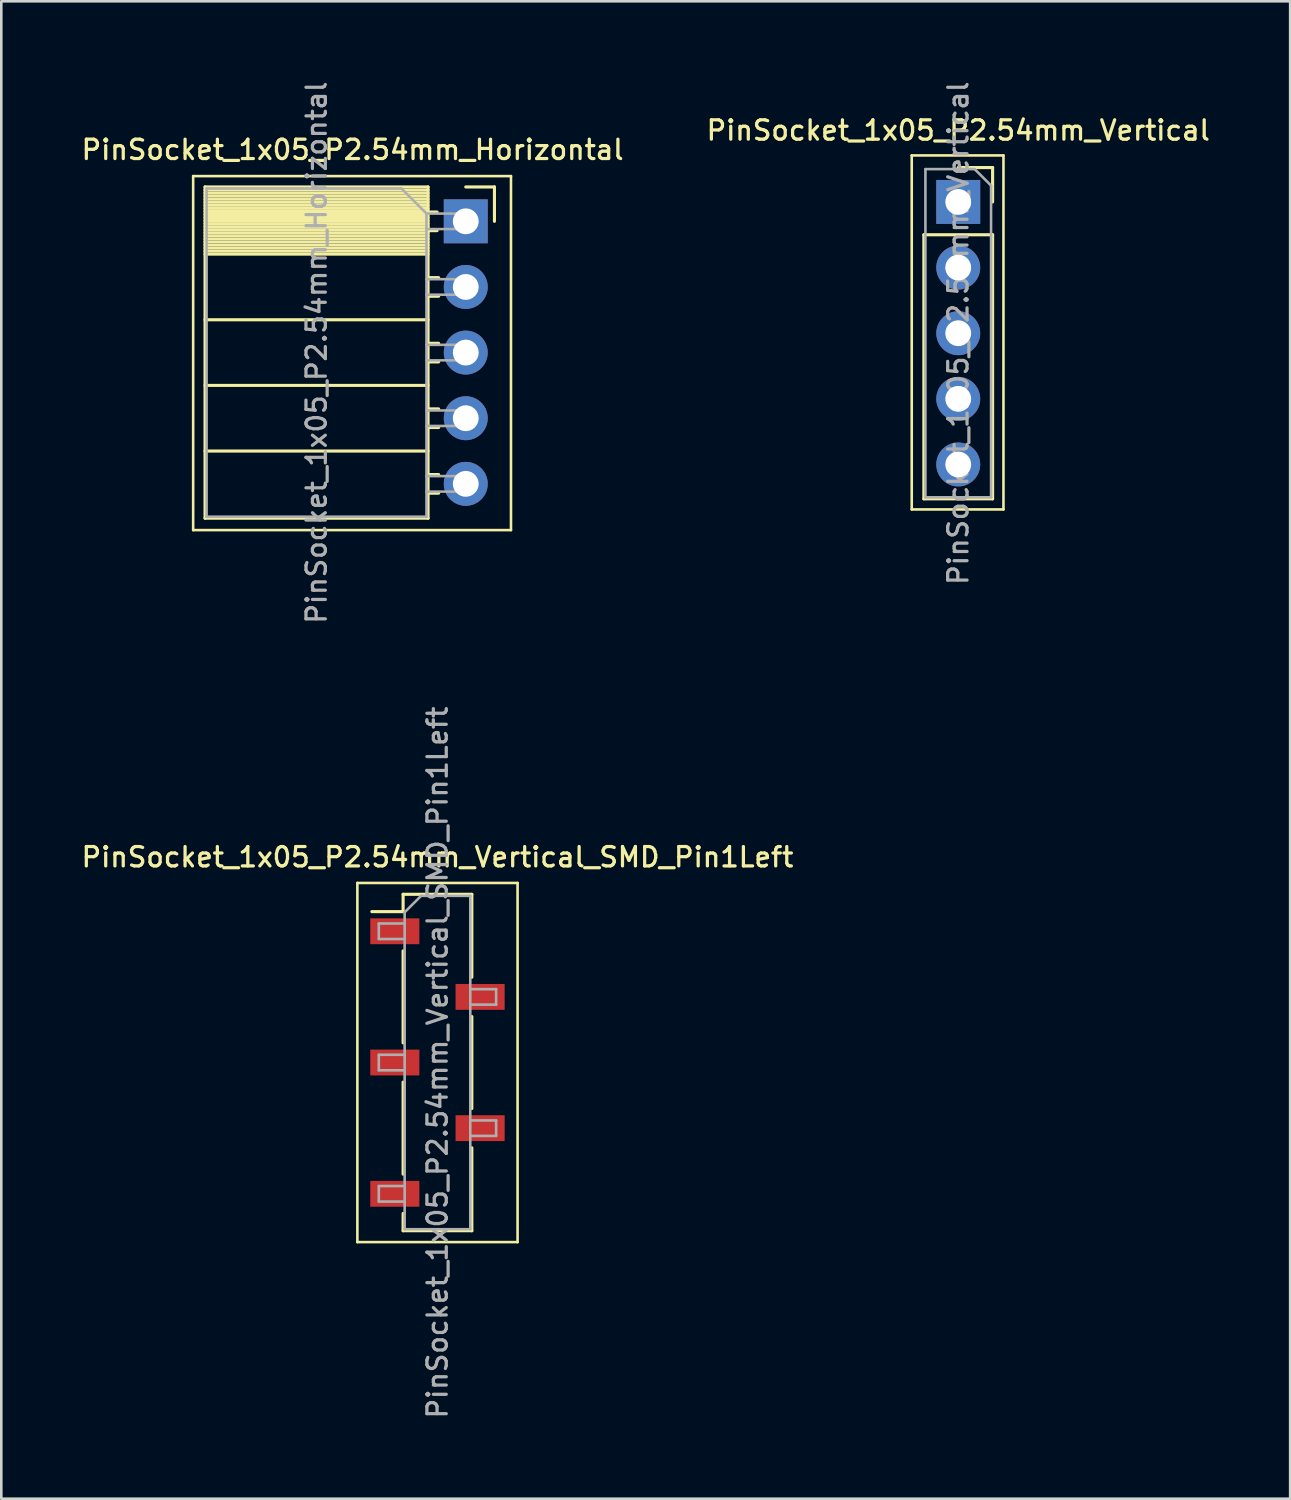
<source format=kicad_pcb>
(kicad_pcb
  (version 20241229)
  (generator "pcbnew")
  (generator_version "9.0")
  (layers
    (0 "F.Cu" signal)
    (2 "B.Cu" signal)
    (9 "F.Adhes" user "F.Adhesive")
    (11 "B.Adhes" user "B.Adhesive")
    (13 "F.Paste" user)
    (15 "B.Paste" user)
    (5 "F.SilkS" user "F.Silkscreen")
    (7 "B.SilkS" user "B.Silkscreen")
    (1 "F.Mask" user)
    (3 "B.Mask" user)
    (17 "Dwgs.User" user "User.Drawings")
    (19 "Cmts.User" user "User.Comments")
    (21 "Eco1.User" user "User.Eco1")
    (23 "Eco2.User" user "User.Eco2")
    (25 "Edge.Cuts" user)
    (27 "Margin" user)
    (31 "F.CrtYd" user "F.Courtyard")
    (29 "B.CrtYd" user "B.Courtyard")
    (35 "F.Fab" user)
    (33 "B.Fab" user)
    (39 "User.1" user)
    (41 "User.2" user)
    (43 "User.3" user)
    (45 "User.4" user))
  (footprint "PinSocket_1x05_P2.54mm_Vertical"
    (layer "F.Cu")
    (at 34.034 4.765)
    (property "Reference" "PinSocket_1x05_P2.54mm_Vertical" (at 0 -2.77 0) (layer "F.SilkS") (effects (font (size 0.75 0.75) (thickness 0.125))))
    (attr through_hole)
    (fp_line (start -1.8 -1.8) (end 1.75 -1.8) (stroke (width 0.1) (type solid)) (layer "F.SilkS"))
    (fp_line (start -1.8 11.9) (end -1.8 -1.8) (stroke (width 0.1) (type solid)) (layer "F.SilkS"))
    (fp_line (start -1.33 1.27) (end -1.33 11.49) (stroke (width 0.12) (type solid)) (layer "F.SilkS"))
    (fp_line (start -1.33 1.27) (end 1.33 1.27) (stroke (width 0.12) (type solid)) (layer "F.SilkS"))
    (fp_line (start -1.33 11.49) (end 1.33 11.49) (stroke (width 0.12) (type solid)) (layer "F.SilkS"))
    (fp_line (start 0 -1.33) (end 1.33 -1.33) (stroke (width 0.12) (type solid)) (layer "F.SilkS"))
    (fp_line (start 1.33 -1.33) (end 1.33 0) (stroke (width 0.12) (type solid)) (layer "F.SilkS"))
    (fp_line (start 1.33 1.27) (end 1.33 11.49) (stroke (width 0.12) (type solid)) (layer "F.SilkS"))
    (fp_line (start 1.75 -1.8) (end 1.75 11.9) (stroke (width 0.1) (type solid)) (layer "F.SilkS"))
    (fp_line (start 1.75 11.9) (end -1.8 11.9) (stroke (width 0.1) (type solid)) (layer "F.SilkS"))
    (fp_line (start -1.27 -1.27) (end 0.635 -1.27) (stroke (width 0.1) (type solid)) (layer "F.Fab"))
    (fp_line (start -1.27 11.43) (end -1.27 -1.27) (stroke (width 0.1) (type solid)) (layer "F.Fab"))
    (fp_line (start 0.635 -1.27) (end 1.27 -0.635) (stroke (width 0.1) (type solid)) (layer "F.Fab"))
    (fp_line (start 1.27 -0.635) (end 1.27 11.43) (stroke (width 0.1) (type solid)) (layer "F.Fab"))
    (fp_line (start 1.27 11.43) (end -1.27 11.43) (stroke (width 0.1) (type solid)) (layer "F.Fab"))
    (fp_text user "${REFERENCE}" (at 0 5.08 90) (layer "F.Fab") (effects (font (size 0.75 0.75) (thickness 0.125))))
    (pad "1" thru_hole rect (at 0 0) (size 1.7 1.7) (drill 1) (layers "*.Cu" "*.Mask"))
    (pad "2" thru_hole oval (at 0 2.54) (size 1.7 1.7) (drill 1) (layers "*.Cu" "*.Mask"))
    (pad "3" thru_hole oval (at 0 5.08) (size 1.7 1.7) (drill 1) (layers "*.Cu" "*.Mask"))
    (pad "4" thru_hole oval (at 0 7.62) (size 1.7 1.7) (drill 1) (layers "*.Cu" "*.Mask"))
    (pad "5" thru_hole oval (at 0 10.16) (size 1.7 1.7) (drill 1) (layers "*.Cu" "*.Mask")))
  (footprint "PinSocket_1x05_P2.54mm_Horizontal"
    (layer "F.Cu")
    (at 14.975 5.515)
    (property "Reference" "PinSocket_1x05_P2.54mm_Horizontal" (at -4.38 -2.77 0) (layer "F.SilkS") (effects (font (size 0.75 0.75) (thickness 0.125))))
    (attr through_hole)
    (fp_line (start -10.55 -1.75) (end -10.55 11.95) (stroke (width 0.1) (type solid)) (layer "F.SilkS"))
    (fp_line (start -10.55 11.95) (end 1.75 11.95) (stroke (width 0.1) (type solid)) (layer "F.SilkS"))
    (fp_line (start -10.09 -1.33) (end -10.09 11.49) (stroke (width 0.12) (type solid)) (layer "F.SilkS"))
    (fp_line (start -10.09 -1.33) (end -1.46 -1.33) (stroke (width 0.12) (type solid)) (layer "F.SilkS"))
    (fp_line (start -10.09 -1.21) (end -1.46 -1.21) (stroke (width 0.12) (type solid)) (layer "F.SilkS"))
    (fp_line (start -10.09 -1.092) (end -1.46 -1.092) (stroke (width 0.12) (type solid)) (layer "F.SilkS"))
    (fp_line (start -10.09 -0.974) (end -1.46 -0.974) (stroke (width 0.12) (type solid)) (layer "F.SilkS"))
    (fp_line (start -10.09 -0.856) (end -1.46 -0.856) (stroke (width 0.12) (type solid)) (layer "F.SilkS"))
    (fp_line (start -10.09 -0.738) (end -1.46 -0.738) (stroke (width 0.12) (type solid)) (layer "F.SilkS"))
    (fp_line (start -10.09 -0.62) (end -1.46 -0.62) (stroke (width 0.12) (type solid)) (layer "F.SilkS"))
    (fp_line (start -10.09 -0.501) (end -1.46 -0.501) (stroke (width 0.12) (type solid)) (layer "F.SilkS"))
    (fp_line (start -10.09 -0.383) (end -1.46 -0.383) (stroke (width 0.12) (type solid)) (layer "F.SilkS"))
    (fp_line (start -10.09 -0.265) (end -1.46 -0.265) (stroke (width 0.12) (type solid)) (layer "F.SilkS"))
    (fp_line (start -10.09 -0.147) (end -1.46 -0.147) (stroke (width 0.12) (type solid)) (layer "F.SilkS"))
    (fp_line (start -10.09 -0.029) (end -1.46 -0.029) (stroke (width 0.12) (type solid)) (layer "F.SilkS"))
    (fp_line (start -10.09 0.089) (end -1.46 0.089) (stroke (width 0.12) (type solid)) (layer "F.SilkS"))
    (fp_line (start -10.09 0.207) (end -1.46 0.207) (stroke (width 0.12) (type solid)) (layer "F.SilkS"))
    (fp_line (start -10.09 0.325) (end -1.46 0.325) (stroke (width 0.12) (type solid)) (layer "F.SilkS"))
    (fp_line (start -10.09 0.443) (end -1.46 0.443) (stroke (width 0.12) (type solid)) (layer "F.SilkS"))
    (fp_line (start -10.09 0.561) (end -1.46 0.561) (stroke (width 0.12) (type solid)) (layer "F.SilkS"))
    (fp_line (start -10.09 0.68) (end -1.46 0.68) (stroke (width 0.12) (type solid)) (layer "F.SilkS"))
    (fp_line (start -10.09 0.798) (end -1.46 0.798) (stroke (width 0.12) (type solid)) (layer "F.SilkS"))
    (fp_line (start -10.09 0.916) (end -1.46 0.916) (stroke (width 0.12) (type solid)) (layer "F.SilkS"))
    (fp_line (start -10.09 1.034) (end -1.46 1.034) (stroke (width 0.12) (type solid)) (layer "F.SilkS"))
    (fp_line (start -10.09 1.152) (end -1.46 1.152) (stroke (width 0.12) (type solid)) (layer "F.SilkS"))
    (fp_line (start -10.09 1.27) (end -1.46 1.27) (stroke (width 0.12) (type solid)) (layer "F.SilkS"))
    (fp_line (start -10.09 3.81) (end -1.46 3.81) (stroke (width 0.12) (type solid)) (layer "F.SilkS"))
    (fp_line (start -10.09 6.35) (end -1.46 6.35) (stroke (width 0.12) (type solid)) (layer "F.SilkS"))
    (fp_line (start -10.09 8.89) (end -1.46 8.89) (stroke (width 0.12) (type solid)) (layer "F.SilkS"))
    (fp_line (start -10.09 11.49) (end -1.46 11.49) (stroke (width 0.12) (type solid)) (layer "F.SilkS"))
    (fp_line (start -1.46 -1.33) (end -1.46 11.49) (stroke (width 0.12) (type solid)) (layer "F.SilkS"))
    (fp_line (start -1.46 -0.36) (end -1.11 -0.36) (stroke (width 0.12) (type solid)) (layer "F.SilkS"))
    (fp_line (start -1.46 0.36) (end -1.11 0.36) (stroke (width 0.12) (type solid)) (layer "F.SilkS"))
    (fp_line (start -1.46 2.18) (end -1.05 2.18) (stroke (width 0.12) (type solid)) (layer "F.SilkS"))
    (fp_line (start -1.46 2.9) (end -1.05 2.9) (stroke (width 0.12) (type solid)) (layer "F.SilkS"))
    (fp_line (start -1.46 4.72) (end -1.05 4.72) (stroke (width 0.12) (type solid)) (layer "F.SilkS"))
    (fp_line (start -1.46 5.44) (end -1.05 5.44) (stroke (width 0.12) (type solid)) (layer "F.SilkS"))
    (fp_line (start -1.46 7.26) (end -1.05 7.26) (stroke (width 0.12) (type solid)) (layer "F.SilkS"))
    (fp_line (start -1.46 7.98) (end -1.05 7.98) (stroke (width 0.12) (type solid)) (layer "F.SilkS"))
    (fp_line (start -1.46 9.8) (end -1.05 9.8) (stroke (width 0.12) (type solid)) (layer "F.SilkS"))
    (fp_line (start -1.46 10.52) (end -1.05 10.52) (stroke (width 0.12) (type solid)) (layer "F.SilkS"))
    (fp_line (start 0 -1.33) (end 1.11 -1.33) (stroke (width 0.12) (type solid)) (layer "F.SilkS"))
    (fp_line (start 1.11 -1.33) (end 1.11 0) (stroke (width 0.12) (type solid)) (layer "F.SilkS"))
    (fp_line (start 1.75 -1.75) (end -10.55 -1.75) (stroke (width 0.1) (type solid)) (layer "F.SilkS"))
    (fp_line (start 1.75 11.95) (end 1.75 -1.75) (stroke (width 0.1) (type solid)) (layer "F.SilkS"))
    (fp_line (start -10.03 -1.27) (end -2.49 -1.27) (stroke (width 0.1) (type solid)) (layer "F.Fab"))
    (fp_line (start -10.03 11.43) (end -10.03 -1.27) (stroke (width 0.1) (type solid)) (layer "F.Fab"))
    (fp_line (start -2.49 -1.27) (end -1.52 -0.3) (stroke (width 0.1) (type solid)) (layer "F.Fab"))
    (fp_line (start -1.52 -0.3) (end -1.52 11.43) (stroke (width 0.1) (type solid)) (layer "F.Fab"))
    (fp_line (start -1.52 0.3) (end 0 0.3) (stroke (width 0.1) (type solid)) (layer "F.Fab"))
    (fp_line (start -1.52 2.84) (end 0 2.84) (stroke (width 0.1) (type solid)) (layer "F.Fab"))
    (fp_line (start -1.52 5.38) (end 0 5.38) (stroke (width 0.1) (type solid)) (layer "F.Fab"))
    (fp_line (start -1.52 7.92) (end 0 7.92) (stroke (width 0.1) (type solid)) (layer "F.Fab"))
    (fp_line (start -1.52 10.46) (end 0 10.46) (stroke (width 0.1) (type solid)) (layer "F.Fab"))
    (fp_line (start -1.52 11.43) (end -10.03 11.43) (stroke (width 0.1) (type solid)) (layer "F.Fab"))
    (fp_line (start 0 -0.3) (end -1.52 -0.3) (stroke (width 0.1) (type solid)) (layer "F.Fab"))
    (fp_line (start 0 0.3) (end 0 -0.3) (stroke (width 0.1) (type solid)) (layer "F.Fab"))
    (fp_line (start 0 2.24) (end -1.52 2.24) (stroke (width 0.1) (type solid)) (layer "F.Fab"))
    (fp_line (start 0 2.84) (end 0 2.24) (stroke (width 0.1) (type solid)) (layer "F.Fab"))
    (fp_line (start 0 4.78) (end -1.52 4.78) (stroke (width 0.1) (type solid)) (layer "F.Fab"))
    (fp_line (start 0 5.38) (end 0 4.78) (stroke (width 0.1) (type solid)) (layer "F.Fab"))
    (fp_line (start 0 7.32) (end -1.52 7.32) (stroke (width 0.1) (type solid)) (layer "F.Fab"))
    (fp_line (start 0 7.92) (end 0 7.32) (stroke (width 0.1) (type solid)) (layer "F.Fab"))
    (fp_line (start 0 9.86) (end -1.52 9.86) (stroke (width 0.1) (type solid)) (layer "F.Fab"))
    (fp_line (start 0 10.46) (end 0 9.86) (stroke (width 0.1) (type solid)) (layer "F.Fab"))
    (fp_text user "${REFERENCE}" (at -5.775 5.08 90) (layer "F.Fab") (effects (font (size 0.75 0.75) (thickness 0.125))))
    (pad "1" thru_hole rect (at 0 0) (size 1.7 1.7) (drill 1) (layers "*.Cu" "*.Mask"))
    (pad "2" thru_hole oval (at 0 2.54) (size 1.7 1.7) (drill 1) (layers "*.Cu" "*.Mask"))
    (pad "3" thru_hole oval (at 0 5.08) (size 1.7 1.7) (drill 1) (layers "*.Cu" "*.Mask"))
    (pad "4" thru_hole oval (at 0 7.62) (size 1.7 1.7) (drill 1) (layers "*.Cu" "*.Mask"))
    (pad "5" thru_hole oval (at 0 10.16) (size 1.7 1.7) (drill 1) (layers "*.Cu" "*.Mask")))
  (footprint "PinSocket_1x05_P2.54mm_Vertical_SMD_Pin1Left"
    (layer "F.Cu")
    (at 13.88 38.07)
    (property "Reference" "PinSocket_1x05_P2.54mm_Vertical_SMD_Pin1Left" (at 0 -7.95 0) (layer "F.SilkS") (effects (font (size 0.75 0.75) (thickness 0.125))))
    (attr smd)
    (fp_line (start -3.1 -6.95) (end 3.1 -6.95) (stroke (width 0.1) (type solid)) (layer "F.SilkS"))
    (fp_line (start -3.1 6.95) (end -3.1 -6.95) (stroke (width 0.1) (type solid)) (layer "F.SilkS"))
    (fp_line (start -2.54 -5.84) (end -1.33 -5.84) (stroke (width 0.12) (type solid)) (layer "F.SilkS"))
    (fp_line (start -1.33 -6.51) (end -1.33 -5.84) (stroke (width 0.12) (type solid)) (layer "F.SilkS"))
    (fp_line (start -1.33 -6.51) (end 1.33 -6.51) (stroke (width 0.12) (type solid)) (layer "F.SilkS"))
    (fp_line (start -1.33 -4.32) (end -1.33 -0.76) (stroke (width 0.12) (type solid)) (layer "F.SilkS"))
    (fp_line (start -1.33 0.76) (end -1.33 4.32) (stroke (width 0.12) (type solid)) (layer "F.SilkS"))
    (fp_line (start -1.33 5.84) (end -1.33 6.51) (stroke (width 0.12) (type solid)) (layer "F.SilkS"))
    (fp_line (start -1.33 6.51) (end 1.33 6.51) (stroke (width 0.12) (type solid)) (layer "F.SilkS"))
    (fp_line (start 1.33 -6.51) (end 1.33 -3.3) (stroke (width 0.12) (type solid)) (layer "F.SilkS"))
    (fp_line (start 1.33 -1.78) (end 1.33 1.78) (stroke (width 0.12) (type solid)) (layer "F.SilkS"))
    (fp_line (start 1.33 3.3) (end 1.33 6.51) (stroke (width 0.12) (type solid)) (layer "F.SilkS"))
    (fp_line (start 3.1 -6.95) (end 3.1 6.95) (stroke (width 0.1) (type solid)) (layer "F.SilkS"))
    (fp_line (start 3.1 6.95) (end -3.1 6.95) (stroke (width 0.1) (type solid)) (layer "F.SilkS"))
    (fp_line (start -2.27 -5.38) (end -1.27 -5.38) (stroke (width 0.1) (type solid)) (layer "F.Fab"))
    (fp_line (start -2.27 -4.78) (end -2.27 -5.38) (stroke (width 0.1) (type solid)) (layer "F.Fab"))
    (fp_line (start -2.27 -0.3) (end -1.27 -0.3) (stroke (width 0.1) (type solid)) (layer "F.Fab"))
    (fp_line (start -2.27 0.3) (end -2.27 -0.3) (stroke (width 0.1) (type solid)) (layer "F.Fab"))
    (fp_line (start -2.27 4.78) (end -1.27 4.78) (stroke (width 0.1) (type solid)) (layer "F.Fab"))
    (fp_line (start -2.27 5.38) (end -2.27 4.78) (stroke (width 0.1) (type solid)) (layer "F.Fab"))
    (fp_line (start -1.27 -5.815) (end -0.635 -6.45) (stroke (width 0.1) (type solid)) (layer "F.Fab"))
    (fp_line (start -1.27 -4.78) (end -2.27 -4.78) (stroke (width 0.1) (type solid)) (layer "F.Fab"))
    (fp_line (start -1.27 0.3) (end -2.27 0.3) (stroke (width 0.1) (type solid)) (layer "F.Fab"))
    (fp_line (start -1.27 5.38) (end -2.27 5.38) (stroke (width 0.1) (type solid)) (layer "F.Fab"))
    (fp_line (start -1.27 6.45) (end -1.27 -5.815) (stroke (width 0.1) (type solid)) (layer "F.Fab"))
    (fp_line (start -0.635 -6.45) (end 1.27 -6.45) (stroke (width 0.1) (type solid)) (layer "F.Fab"))
    (fp_line (start 1.27 -6.45) (end 1.27 6.45) (stroke (width 0.1) (type solid)) (layer "F.Fab"))
    (fp_line (start 1.27 -2.84) (end 2.27 -2.84) (stroke (width 0.1) (type solid)) (layer "F.Fab"))
    (fp_line (start 1.27 2.24) (end 2.27 2.24) (stroke (width 0.1) (type solid)) (layer "F.Fab"))
    (fp_line (start 1.27 6.45) (end -1.27 6.45) (stroke (width 0.1) (type solid)) (layer "F.Fab"))
    (fp_line (start 2.27 -2.84) (end 2.27 -2.24) (stroke (width 0.1) (type solid)) (layer "F.Fab"))
    (fp_line (start 2.27 -2.24) (end 1.27 -2.24) (stroke (width 0.1) (type solid)) (layer "F.Fab"))
    (fp_line (start 2.27 2.24) (end 2.27 2.84) (stroke (width 0.1) (type solid)) (layer "F.Fab"))
    (fp_line (start 2.27 2.84) (end 1.27 2.84) (stroke (width 0.1) (type solid)) (layer "F.Fab"))
    (fp_text user "${REFERENCE}" (at 0 0 90) (layer "F.Fab") (effects (font (size 0.75 0.75) (thickness 0.125))))
    (pad "1" smd rect (at -1.65 -5.08) (size 1.9 1) (layers "F.Cu" "F.Mask" "F.Paste"))
    (pad "2" smd rect (at 1.65 -2.54) (size 1.9 1) (layers "F.Cu" "F.Mask" "F.Paste"))
    (pad "3" smd rect (at -1.65 0) (size 1.9 1) (layers "F.Cu" "F.Mask" "F.Paste"))
    (pad "4" smd rect (at 1.65 2.54) (size 1.9 1) (layers "F.Cu" "F.Mask" "F.Paste"))
    (pad "5" smd rect (at -1.65 5.08) (size 1.9 1) (layers "F.Cu" "F.Mask" "F.Paste")))
  (gr_rect
    (start -3 -3)
    (end 46.879 54.95)
    (stroke (width 0.1) (type default))
    (fill no)
    (layer "Edge.Cuts")))
</source>
